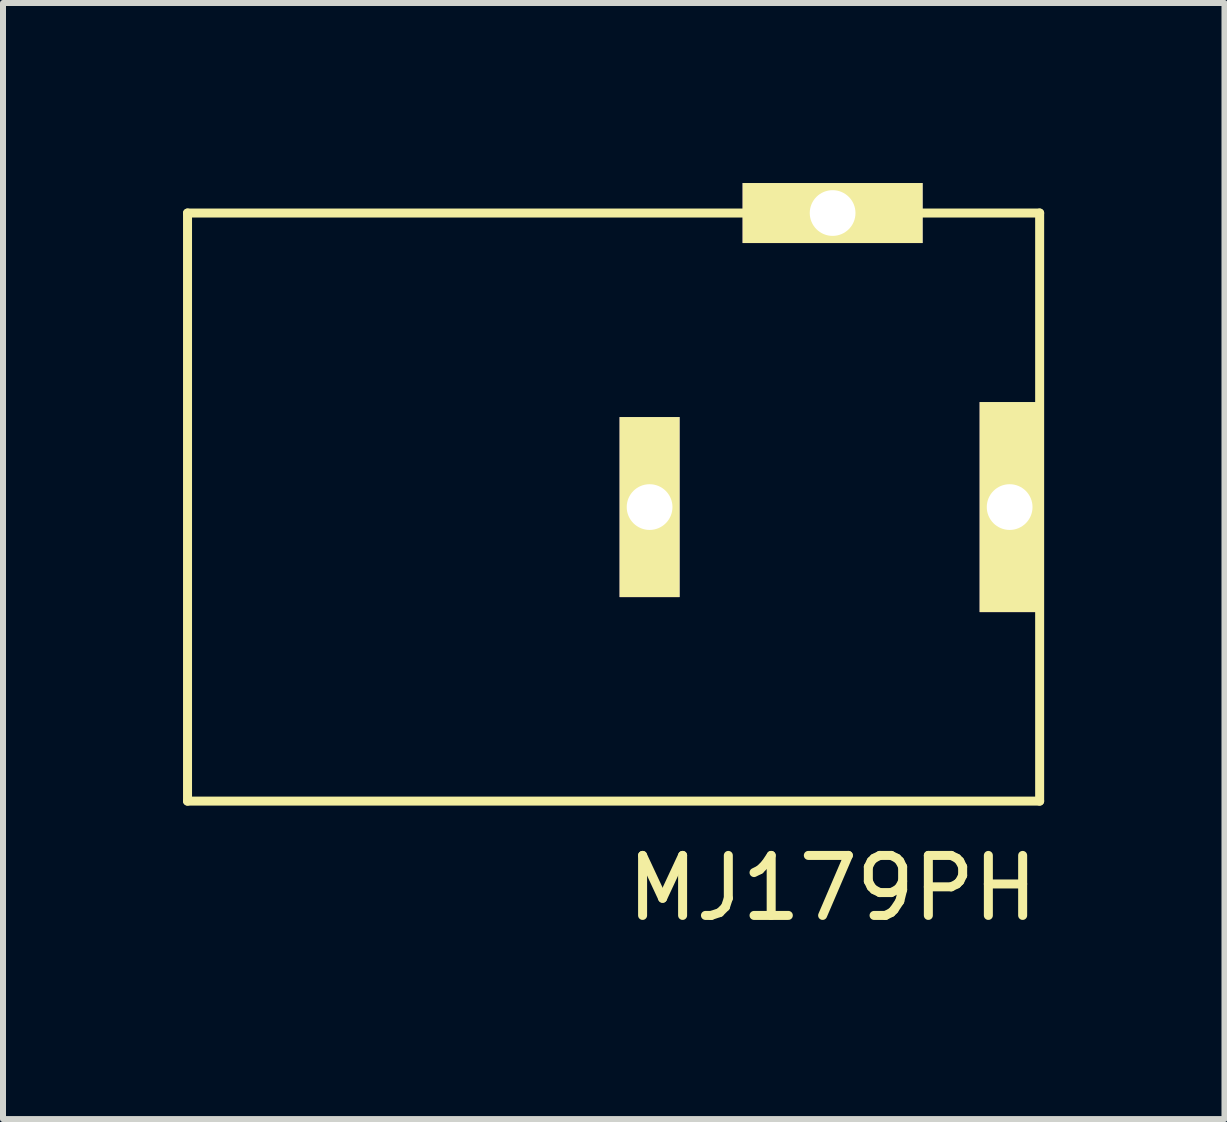
<source format=kicad_pcb>
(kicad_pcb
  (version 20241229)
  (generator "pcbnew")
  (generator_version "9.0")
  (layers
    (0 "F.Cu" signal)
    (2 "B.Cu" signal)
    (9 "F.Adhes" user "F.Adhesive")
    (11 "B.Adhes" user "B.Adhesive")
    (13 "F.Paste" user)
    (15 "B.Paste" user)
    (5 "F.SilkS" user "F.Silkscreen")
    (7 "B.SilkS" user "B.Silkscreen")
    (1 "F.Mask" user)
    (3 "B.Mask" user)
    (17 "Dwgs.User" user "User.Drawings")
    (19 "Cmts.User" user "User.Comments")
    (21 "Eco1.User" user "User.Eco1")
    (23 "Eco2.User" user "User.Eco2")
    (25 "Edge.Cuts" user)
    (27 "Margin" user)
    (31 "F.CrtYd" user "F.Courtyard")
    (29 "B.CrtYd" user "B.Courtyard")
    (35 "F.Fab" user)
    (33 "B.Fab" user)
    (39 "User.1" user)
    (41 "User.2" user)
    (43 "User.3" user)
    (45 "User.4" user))
  (footprint "MJ179PH"
    (layer "F.Cu")
    (at 10.825 5.4)
    (property "Reference" "MJ179PH" (at 0 6.35 0) (layer "F.SilkS") (effects (font (size 1 1) (thickness 0.15))))
    (attr through_hole)
    (fp_line (start -10.75 -4.9) (end 3.45 -4.9) (stroke (width 0.15) (type solid)) (layer "F.SilkS"))
    (fp_line (start -10.75 4.9) (end -10.75 -4.9) (stroke (width 0.15) (type solid)) (layer "F.SilkS"))
    (fp_line (start 3.45 -4.9) (end 3.45 4.9) (stroke (width 0.15) (type solid)) (layer "F.SilkS"))
    (fp_line (start 3.45 4.9) (end -10.75 4.9) (stroke (width 0.15) (type solid)) (layer "F.SilkS"))
    (pad "1" thru_hole rect (at 2.95 0) (size 1 3.5) (drill 0.762) (layers "*.Cu" "*.Mask" "F.SilkS"))
    (pad "2" thru_hole rect (at -3.05 0) (size 1 3) (drill 0.762) (layers "*.Cu" "*.Mask" "F.SilkS"))
    (pad "3" thru_hole rect (at 0 -4.9) (size 3 1) (drill 0.762) (layers "*.Cu" "*.Mask" "F.SilkS")))
  (gr_rect
    (start -3 -3)
    (end 17.355 15.598)
    (stroke (width 0.1) (type default))
    (fill no)
    (layer "Edge.Cuts")))
</source>
